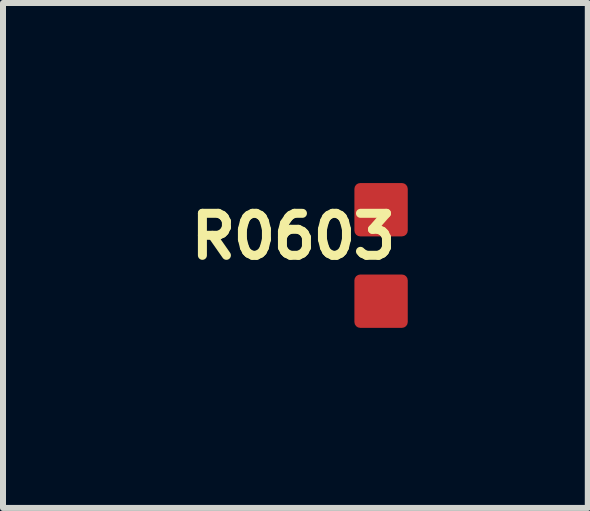
<source format=kicad_pcb>
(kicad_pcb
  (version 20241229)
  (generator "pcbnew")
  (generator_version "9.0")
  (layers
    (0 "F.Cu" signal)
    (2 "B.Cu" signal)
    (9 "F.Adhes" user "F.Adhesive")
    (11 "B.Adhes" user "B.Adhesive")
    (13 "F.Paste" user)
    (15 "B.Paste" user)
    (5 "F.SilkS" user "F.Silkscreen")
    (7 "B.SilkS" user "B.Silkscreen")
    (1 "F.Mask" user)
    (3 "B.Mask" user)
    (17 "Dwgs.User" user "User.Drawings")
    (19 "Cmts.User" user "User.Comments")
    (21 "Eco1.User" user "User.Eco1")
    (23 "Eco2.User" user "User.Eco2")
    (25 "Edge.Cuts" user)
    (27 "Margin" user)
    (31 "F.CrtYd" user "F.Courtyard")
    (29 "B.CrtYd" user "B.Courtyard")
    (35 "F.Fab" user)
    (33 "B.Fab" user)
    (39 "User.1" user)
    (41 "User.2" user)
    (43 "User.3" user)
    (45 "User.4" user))
  (footprint "R0603"
    (layer "F.Cu")
    (at 3.299 1.206)
    (property "Reference" "R0603" (at -1.46 -0.318 180) (layer "F.SilkS") (effects (font (size 0.7 0.7) (thickness 0.15))))
    (attr through_hole)
    (pad "1" smd roundrect (at 0 -0.762) (size 0.889 0.889) (layers "F.Cu" "F.Mask" "F.Paste") (roundrect_rratio 0.11))
    (pad "2" smd roundrect (at 0 0.762) (size 0.889 0.889) (layers "F.Cu" "F.Mask" "F.Paste") (roundrect_rratio 0.11)))
  (gr_rect
    (start -3 -3)
    (end 6.743 5.413)
    (stroke (width 0.1) (type default))
    (fill no)
    (layer "Edge.Cuts")))
</source>
